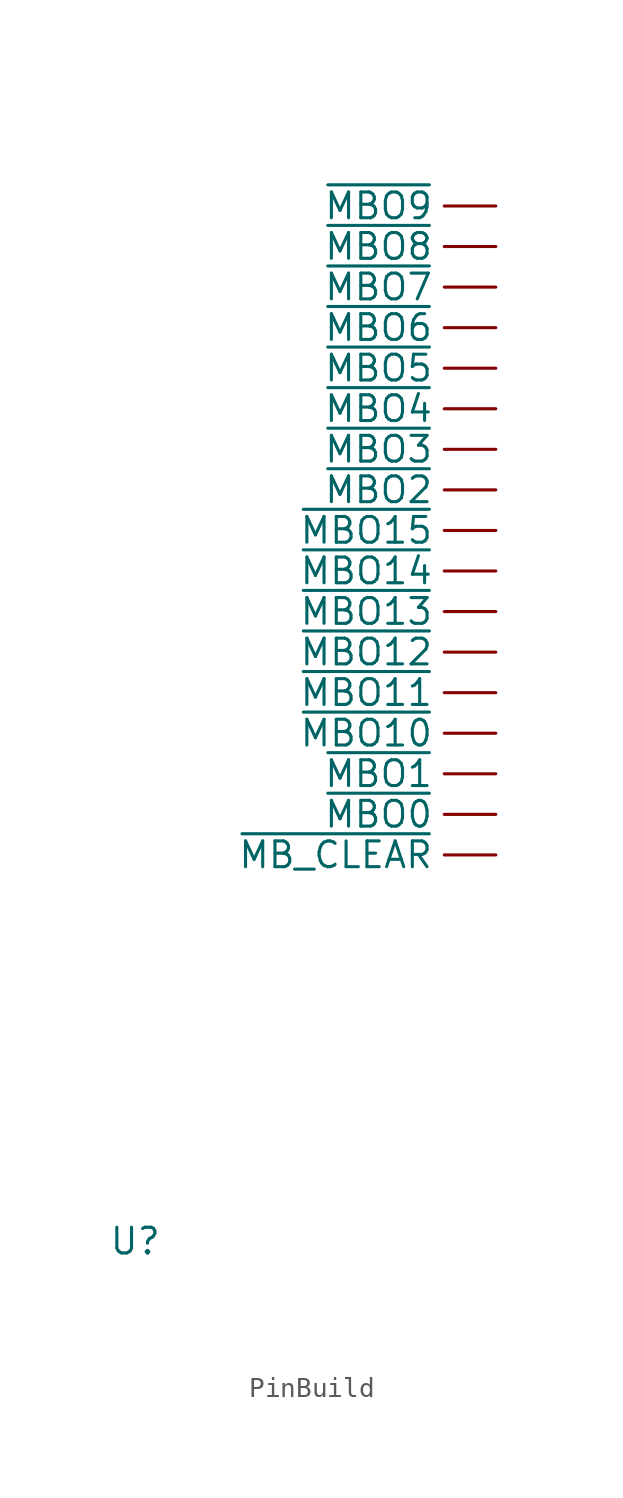
<source format=kicad_sym>
(kicad_symbol_lib
  (version 20220914)
  (generator kicad_symbol_editor)
  (symbol "PinBuild"
    (property "Reference" "U"
      (at 0 0 0)
      (effects (font (size 1.27 1.27))))
    (property "Value" ""
      (at 0 0 0)
      (effects (font (size 1.27 1.27))))
    (symbol "PinBuild_1_1"
      (pin output line (at 17.78 21.05 180) (length 2.54) (name "~{MBO0}" (effects (font (size 1.27 1.27)))) (number "" (effects (font (size 1.27 1.27)))))
      (pin output line (at 17.78 25.05 180) (length 2.54) (name "~{MBO10}" (effects (font (size 1.27 1.27)))) (number "" (effects (font (size 1.27 1.27)))))
      (pin output line (at 17.78 27.05 180) (length 2.54) (name "~{MBO11}" (effects (font (size 1.27 1.27)))) (number "" (effects (font (size 1.27 1.27)))))
      (pin output line (at 17.78 29.05 180) (length 2.54) (name "~{MBO12}" (effects (font (size 1.27 1.27)))) (number "" (effects (font (size 1.27 1.27)))))
      (pin output line (at 17.78 31.05 180) (length 2.54) (name "~{MBO13}" (effects (font (size 1.27 1.27)))) (number "" (effects (font (size 1.27 1.27)))))
      (pin output line (at 17.78 33.05 180) (length 2.54) (name "~{MBO14}" (effects (font (size 1.27 1.27)))) (number "" (effects (font (size 1.27 1.27)))))
      (pin output line (at 17.78 35.05 180) (length 2.54) (name "~{MBO15}" (effects (font (size 1.27 1.27)))) (number "" (effects (font (size 1.27 1.27)))))
      (pin output line (at 17.78 23.05 180) (length 2.54) (name "~{MBO1}" (effects (font (size 1.27 1.27)))) (number "" (effects (font (size 1.27 1.27)))))
      (pin output line (at 17.78 37.05 180) (length 2.54) (name "~{MBO2}" (effects (font (size 1.27 1.27)))) (number "" (effects (font (size 1.27 1.27)))))
      (pin output line (at 17.78 39.05 180) (length 2.54) (name "~{MBO3}" (effects (font (size 1.27 1.27)))) (number "" (effects (font (size 1.27 1.27)))))
      (pin output line (at 17.78 41.05 180) (length 2.54) (name "~{MBO4}" (effects (font (size 1.27 1.27)))) (number "" (effects (font (size 1.27 1.27)))))
      (pin output line (at 17.78 43.05 180) (length 2.54) (name "~{MBO5}" (effects (font (size 1.27 1.27)))) (number "" (effects (font (size 1.27 1.27)))))
      (pin output line (at 17.78 45.05 180) (length 2.54) (name "~{MBO6}" (effects (font (size 1.27 1.27)))) (number "" (effects (font (size 1.27 1.27)))))
      (pin output line (at 17.78 47.05 180) (length 2.54) (name "~{MBO7}" (effects (font (size 1.27 1.27)))) (number "" (effects (font (size 1.27 1.27)))))
      (pin output line (at 17.78 49.05 180) (length 2.54) (name "~{MBO8}" (effects (font (size 1.27 1.27)))) (number "" (effects (font (size 1.27 1.27)))))
      (pin output line (at 17.78 51.05 180) (length 2.54) (name "~{MBO9}" (effects (font (size 1.27 1.27)))) (number "" (effects (font (size 1.27 1.27)))))
      (pin output line (at 17.78 19.05 180) (length 2.54) (name "~{MB_CLEAR}" (effects (font (size 1.27 1.27)))) (number "" (effects (font (size 1.27 1.27))))))))
</source>
